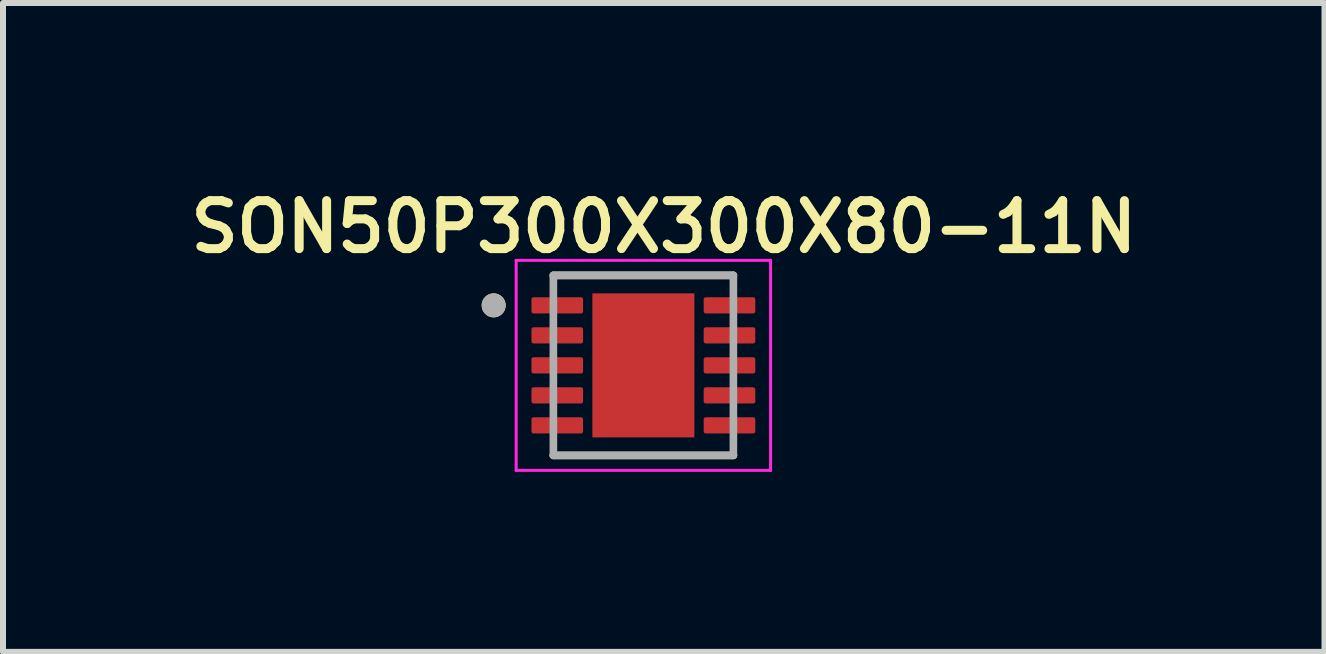
<source format=kicad_pcb>
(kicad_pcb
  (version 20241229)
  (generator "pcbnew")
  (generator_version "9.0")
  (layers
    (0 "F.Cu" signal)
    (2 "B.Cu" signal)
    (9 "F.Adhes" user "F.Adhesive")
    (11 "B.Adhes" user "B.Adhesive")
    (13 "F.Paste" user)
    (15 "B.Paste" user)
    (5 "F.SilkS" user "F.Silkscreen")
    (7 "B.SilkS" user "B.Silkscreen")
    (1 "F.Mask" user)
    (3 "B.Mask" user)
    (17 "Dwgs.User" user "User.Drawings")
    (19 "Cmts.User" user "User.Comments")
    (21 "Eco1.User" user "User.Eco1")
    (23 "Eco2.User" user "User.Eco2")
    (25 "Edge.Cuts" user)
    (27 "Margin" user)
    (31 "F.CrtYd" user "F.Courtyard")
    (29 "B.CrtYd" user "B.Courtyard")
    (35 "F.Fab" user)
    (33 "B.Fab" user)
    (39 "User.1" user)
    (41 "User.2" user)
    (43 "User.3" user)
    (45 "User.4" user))
  (footprint "SON50P300X300X80-11N"
    (layer "F.Cu")
    (at 7.672 3.039)
    (property "Reference" "SON50P300X300X80-11N" (at 0.34 -2.308 0) (layer "F.SilkS") (effects (font (size 0.8 0.8) (thickness 0.15))))
    (attr smd)
    (fp_line (start -1.5 -1.5) (end 1.5 -1.5) (stroke (width 0.127) (type solid)) (layer "F.SilkS"))
    (fp_line (start -1.5 1.5) (end 1.5 1.5) (stroke (width 0.127) (type solid)) (layer "F.SilkS"))
    (fp_circle (center -2.495 -1) (end -2.395 -1) (stroke (width 0.2) (type solid)) (fill no) (layer "F.SilkS"))
    (fp_poly (pts (xy -0.54 -0.76) (xy 0.54 -0.76) (xy 0.54 0.76) (xy -0.54 0.76)) (stroke (width 0.01) (type solid)) (fill yes) (layer "F.Paste"))
    (fp_line (start -2.12 -1.75) (end -2.12 1.75) (stroke (width 0.05) (type solid)) (layer "F.CrtYd"))
    (fp_line (start -2.12 -1.75) (end 2.12 -1.75) (stroke (width 0.05) (type solid)) (layer "F.CrtYd"))
    (fp_line (start -2.12 1.75) (end 2.12 1.75) (stroke (width 0.05) (type solid)) (layer "F.CrtYd"))
    (fp_line (start 2.12 -1.75) (end 2.12 1.75) (stroke (width 0.05) (type solid)) (layer "F.CrtYd"))
    (fp_line (start -1.5 -1.5) (end -1.5 1.5) (stroke (width 0.127) (type solid)) (layer "F.Fab"))
    (fp_line (start -1.5 -1.5) (end 1.5 -1.5) (stroke (width 0.127) (type solid)) (layer "F.Fab"))
    (fp_line (start -1.5 1.5) (end 1.5 1.5) (stroke (width 0.127) (type solid)) (layer "F.Fab"))
    (fp_line (start 1.5 -1.5) (end 1.5 1.5) (stroke (width 0.127) (type solid)) (layer "F.Fab"))
    (fp_circle (center -2.495 -1) (end -2.395 -1) (stroke (width 0.2) (type solid)) (fill no) (layer "F.Fab"))
    (pad "1" smd roundrect (at -1.435 -1) (size 0.86 0.27) (layers "F.Cu" "F.Mask" "F.Paste") (roundrect_rratio 0.125))
    (pad "2" smd roundrect (at -1.435 -0.5) (size 0.86 0.27) (layers "F.Cu" "F.Mask" "F.Paste") (roundrect_rratio 0.125))
    (pad "3" smd roundrect (at -1.435 0) (size 0.86 0.27) (layers "F.Cu" "F.Mask" "F.Paste") (roundrect_rratio 0.125))
    (pad "4" smd roundrect (at -1.435 0.5) (size 0.86 0.27) (layers "F.Cu" "F.Mask" "F.Paste") (roundrect_rratio 0.125))
    (pad "5" smd roundrect (at -1.435 1) (size 0.86 0.27) (layers "F.Cu" "F.Mask" "F.Paste") (roundrect_rratio 0.125))
    (pad "6" smd roundrect (at 1.435 1) (size 0.86 0.27) (layers "F.Cu" "F.Mask" "F.Paste") (roundrect_rratio 0.125))
    (pad "7" smd roundrect (at 1.435 0.5) (size 0.86 0.27) (layers "F.Cu" "F.Mask" "F.Paste") (roundrect_rratio 0.125))
    (pad "8" smd roundrect (at 1.435 0) (size 0.86 0.27) (layers "F.Cu" "F.Mask" "F.Paste") (roundrect_rratio 0.125))
    (pad "9" smd roundrect (at 1.435 -0.5) (size 0.86 0.27) (layers "F.Cu" "F.Mask" "F.Paste") (roundrect_rratio 0.125))
    (pad "10" smd roundrect (at 1.435 -1) (size 0.86 0.27) (layers "F.Cu" "F.Mask" "F.Paste") (roundrect_rratio 0.125))
    (pad "11" smd rect (at 0 0) (size 1.7 2.4) (layers "F.Cu" "F.Mask")))
  (gr_rect
    (start -3 -3)
    (end 19.023 7.814)
    (stroke (width 0.1) (type default))
    (fill no)
    (layer "Edge.Cuts")))
</source>
